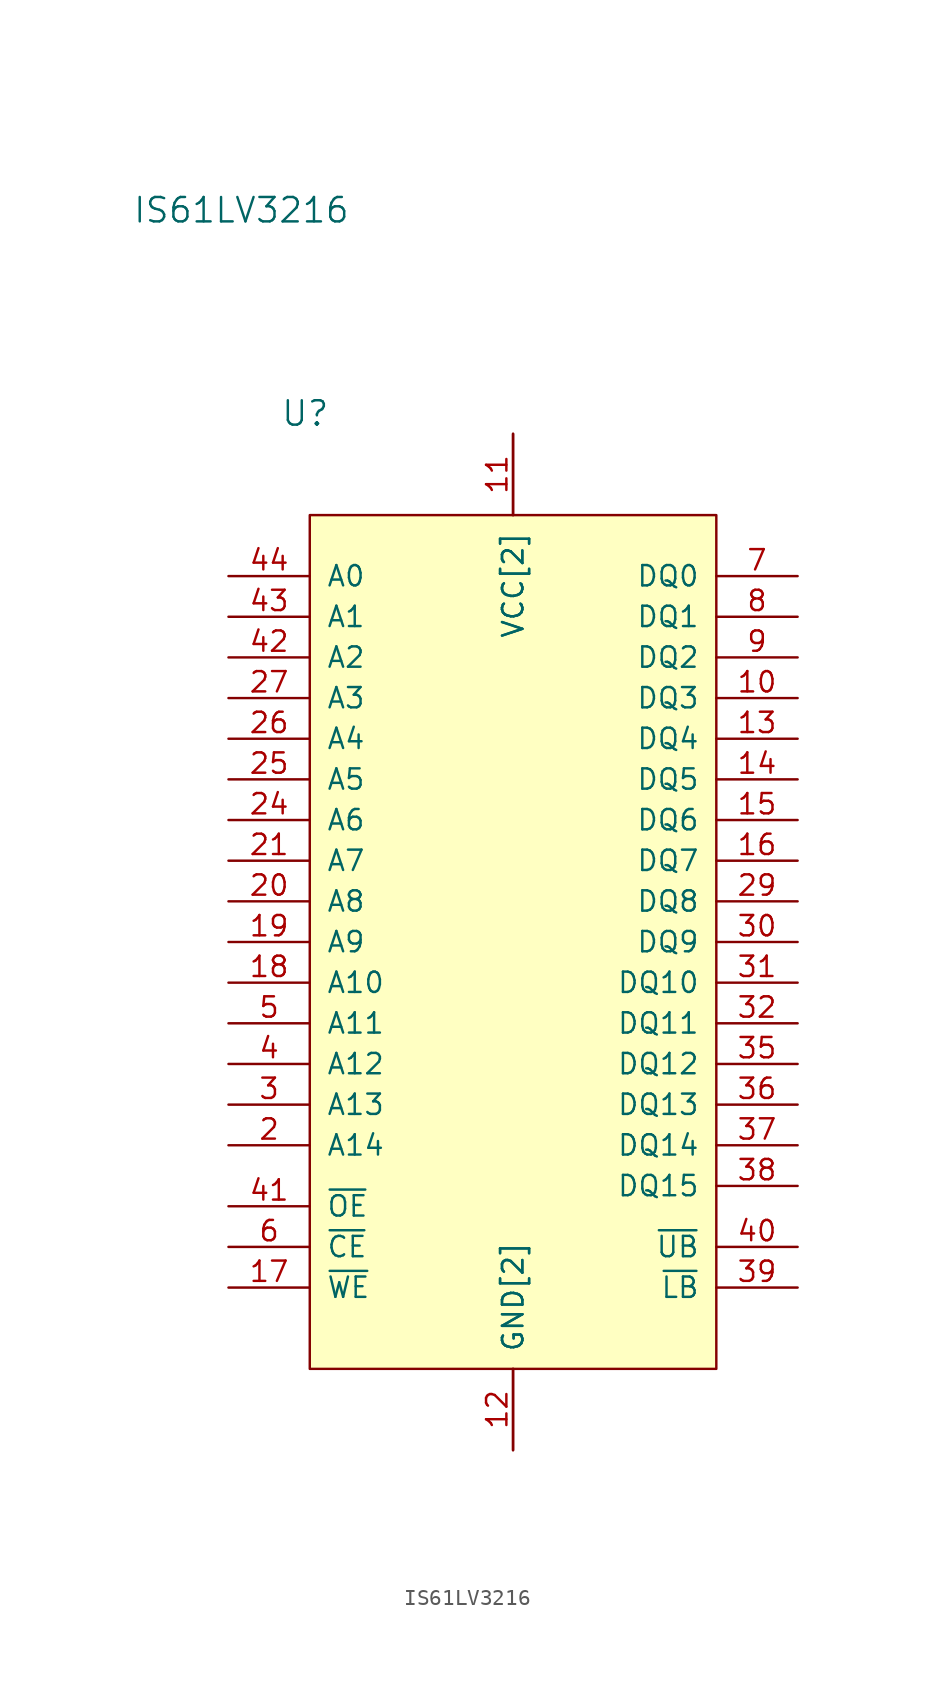
<source format=kicad_sym>
(kicad_symbol_lib
  (version 20211014)
  (generator kicad_symbol_editor)
  (symbol "IS61LV3216"
    (pin_names
      (offset 1.016))
    (property "Reference" "U"
      (at 6.35 15.24 0)
      (effects (font (size 1.524 1.524)) (justify right)))
    (property "Value" "IS61LV3216"
      (at 7.62 27.94 0)
      (effects (font (size 1.524 1.524)) (justify right)))
    (property "ki_locked" ""
      (at 0 0 0)
      (effects (font (size 1.27 1.27))))
    (symbol "IS61LV3216_1_1"
      (rectangle (start 5.08 8.89) (end 30.48 -44.45) (stroke (width 0) (type default) (color 0 0 0 0)) (fill (type background)))
      (pin no_connect line (at 8.89 -49.53 90) (length 5.08) hide (name "NC" (effects (font (size 1.27 1.27)))) (number "1" (effects (font (size 1.27 1.27)))))
      (pin tri_state line (at 35.56 -2.54 180) (length 5.08) (name "DQ3" (effects (font (size 1.27 1.27)))) (number "10" (effects (font (size 1.27 1.27)))))
      (pin power_in line (at 17.78 13.97 270) (length 5.08) (name "VCC[2]" (effects (font (size 1.27 1.27)))) (number "11" (effects (font (size 1.27 1.27)))))
      (pin power_in line (at 17.78 -49.53 90) (length 5.08) (name "GND[2]" (effects (font (size 1.27 1.27)))) (number "12" (effects (font (size 1.27 1.27)))))
      (pin tri_state line (at 35.56 -5.08 180) (length 5.08) (name "DQ4" (effects (font (size 1.27 1.27)))) (number "13" (effects (font (size 1.27 1.27)))))
      (pin tri_state line (at 35.56 -7.62 180) (length 5.08) (name "DQ5" (effects (font (size 1.27 1.27)))) (number "14" (effects (font (size 1.27 1.27)))))
      (pin tri_state line (at 35.56 -10.16 180) (length 5.08) (name "DQ6" (effects (font (size 1.27 1.27)))) (number "15" (effects (font (size 1.27 1.27)))))
      (pin tri_state line (at 35.56 -12.7 180) (length 5.08) (name "DQ7" (effects (font (size 1.27 1.27)))) (number "16" (effects (font (size 1.27 1.27)))))
      (pin input line (at 0 -39.37 0) (length 5.08) (name "~{WE}" (effects (font (size 1.27 1.27)))) (number "17" (effects (font (size 1.27 1.27)))))
      (pin input line (at 0 -20.32 0) (length 5.08) (name "A10" (effects (font (size 1.27 1.27)))) (number "18" (effects (font (size 1.27 1.27)))))
      (pin input line (at 0 -17.78 0) (length 5.08) (name "A9" (effects (font (size 1.27 1.27)))) (number "19" (effects (font (size 1.27 1.27)))))
      (pin input line (at 0 -30.48 0) (length 5.08) (name "A14" (effects (font (size 1.27 1.27)))) (number "2" (effects (font (size 1.27 1.27)))))
      (pin input line (at 0 -15.24 0) (length 5.08) (name "A8" (effects (font (size 1.27 1.27)))) (number "20" (effects (font (size 1.27 1.27)))))
      (pin input line (at 0 -12.7 0) (length 5.08) (name "A7" (effects (font (size 1.27 1.27)))) (number "21" (effects (font (size 1.27 1.27)))))
      (pin no_connect line (at 11.43 -49.53 90) (length 5.08) hide (name "NC" (effects (font (size 1.27 1.27)))) (number "22" (effects (font (size 1.27 1.27)))))
      (pin no_connect line (at 24.13 -49.53 90) (length 5.08) hide (name "NC" (effects (font (size 1.27 1.27)))) (number "23" (effects (font (size 1.27 1.27)))))
      (pin input line (at 0 -10.16 0) (length 5.08) (name "A6" (effects (font (size 1.27 1.27)))) (number "24" (effects (font (size 1.27 1.27)))))
      (pin input line (at 0 -7.62 0) (length 5.08) (name "A5" (effects (font (size 1.27 1.27)))) (number "25" (effects (font (size 1.27 1.27)))))
      (pin input line (at 0 -5.08 0) (length 5.08) (name "A4" (effects (font (size 1.27 1.27)))) (number "26" (effects (font (size 1.27 1.27)))))
      (pin input line (at 0 -2.54 0) (length 5.08) (name "A3" (effects (font (size 1.27 1.27)))) (number "27" (effects (font (size 1.27 1.27)))))
      (pin no_connect line (at 26.67 -49.53 90) (length 5.08) hide (name "NC" (effects (font (size 1.27 1.27)))) (number "28" (effects (font (size 1.27 1.27)))))
      (pin tri_state line (at 35.56 -15.24 180) (length 5.08) (name "DQ8" (effects (font (size 1.27 1.27)))) (number "29" (effects (font (size 1.27 1.27)))))
      (pin input line (at 0 -27.94 0) (length 5.08) (name "A13" (effects (font (size 1.27 1.27)))) (number "3" (effects (font (size 1.27 1.27)))))
      (pin tri_state line (at 35.56 -17.78 180) (length 5.08) (name "DQ9" (effects (font (size 1.27 1.27)))) (number "30" (effects (font (size 1.27 1.27)))))
      (pin tri_state line (at 35.56 -20.32 180) (length 5.08) (name "DQ10" (effects (font (size 1.27 1.27)))) (number "31" (effects (font (size 1.27 1.27)))))
      (pin tri_state line (at 35.56 -22.86 180) (length 5.08) (name "DQ11" (effects (font (size 1.27 1.27)))) (number "32" (effects (font (size 1.27 1.27)))))
      (pin power_in line (at 17.78 13.97 270) (length 5.08) (name "VCC[2]" (effects (font (size 1.27 1.27)))) (number "33" (effects (font (size 0 0)))))
      (pin power_in line (at 17.78 -49.53 90) (length 5.08) (name "GND[2]" (effects (font (size 1.27 1.27)))) (number "34" (effects (font (size 0 0)))))
      (pin tri_state line (at 35.56 -25.4 180) (length 5.08) (name "DQ12" (effects (font (size 1.27 1.27)))) (number "35" (effects (font (size 1.27 1.27)))))
      (pin tri_state line (at 35.56 -27.94 180) (length 5.08) (name "DQ13" (effects (font (size 1.27 1.27)))) (number "36" (effects (font (size 1.27 1.27)))))
      (pin tri_state line (at 35.56 -30.48 180) (length 5.08) (name "DQ14" (effects (font (size 1.27 1.27)))) (number "37" (effects (font (size 1.27 1.27)))))
      (pin tri_state line (at 35.56 -33.02 180) (length 5.08) (name "DQ15" (effects (font (size 1.27 1.27)))) (number "38" (effects (font (size 1.27 1.27)))))
      (pin input line (at 35.56 -39.37 180) (length 5.08) (name "~{LB}" (effects (font (size 1.27 1.27)))) (number "39" (effects (font (size 1.27 1.27)))))
      (pin input line (at 0 -25.4 0) (length 5.08) (name "A12" (effects (font (size 1.27 1.27)))) (number "4" (effects (font (size 1.27 1.27)))))
      (pin input line (at 35.56 -36.83 180) (length 5.08) (name "~{UB}" (effects (font (size 1.27 1.27)))) (number "40" (effects (font (size 1.27 1.27)))))
      (pin input line (at 0 -34.29 0) (length 5.08) (name "~{OE}" (effects (font (size 1.27 1.27)))) (number "41" (effects (font (size 1.27 1.27)))))
      (pin input line (at 0 0 0) (length 5.08) (name "A2" (effects (font (size 1.27 1.27)))) (number "42" (effects (font (size 1.27 1.27)))))
      (pin input line (at 0 2.54 0) (length 5.08) (name "A1" (effects (font (size 1.27 1.27)))) (number "43" (effects (font (size 1.27 1.27)))))
      (pin input line (at 0 5.08 0) (length 5.08) (name "A0" (effects (font (size 1.27 1.27)))) (number "44" (effects (font (size 1.27 1.27)))))
      (pin input line (at 0 -22.86 0) (length 5.08) (name "A11" (effects (font (size 1.27 1.27)))) (number "5" (effects (font (size 1.27 1.27)))))
      (pin input line (at 0 -36.83 0) (length 5.08) (name "~{CE}" (effects (font (size 1.27 1.27)))) (number "6" (effects (font (size 1.27 1.27)))))
      (pin tri_state line (at 35.56 5.08 180) (length 5.08) (name "DQ0" (effects (font (size 1.27 1.27)))) (number "7" (effects (font (size 1.27 1.27)))))
      (pin tri_state line (at 35.56 2.54 180) (length 5.08) (name "DQ1" (effects (font (size 1.27 1.27)))) (number "8" (effects (font (size 1.27 1.27)))))
      (pin tri_state line (at 35.56 0 180) (length 5.08) (name "DQ2" (effects (font (size 1.27 1.27)))) (number "9" (effects (font (size 1.27 1.27))))))))
</source>
